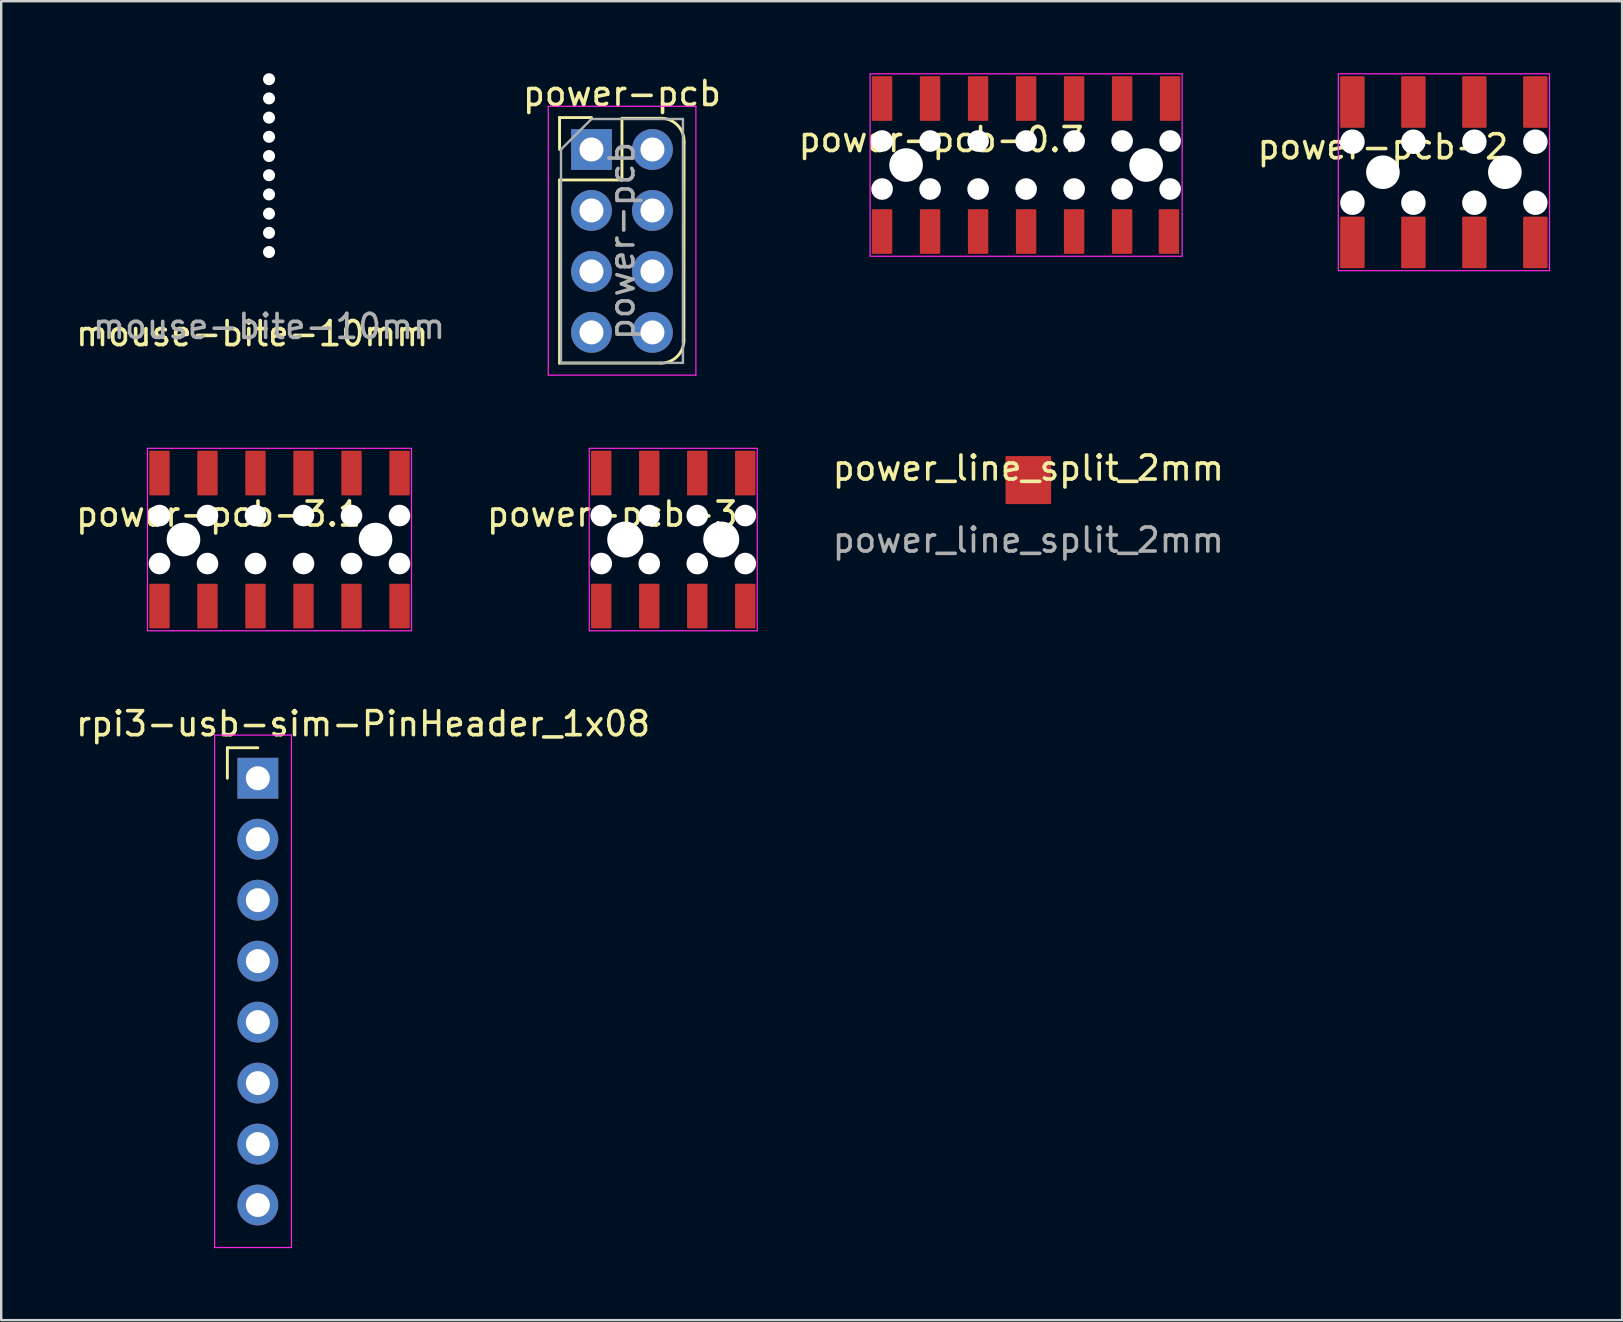
<source format=kicad_pcb>
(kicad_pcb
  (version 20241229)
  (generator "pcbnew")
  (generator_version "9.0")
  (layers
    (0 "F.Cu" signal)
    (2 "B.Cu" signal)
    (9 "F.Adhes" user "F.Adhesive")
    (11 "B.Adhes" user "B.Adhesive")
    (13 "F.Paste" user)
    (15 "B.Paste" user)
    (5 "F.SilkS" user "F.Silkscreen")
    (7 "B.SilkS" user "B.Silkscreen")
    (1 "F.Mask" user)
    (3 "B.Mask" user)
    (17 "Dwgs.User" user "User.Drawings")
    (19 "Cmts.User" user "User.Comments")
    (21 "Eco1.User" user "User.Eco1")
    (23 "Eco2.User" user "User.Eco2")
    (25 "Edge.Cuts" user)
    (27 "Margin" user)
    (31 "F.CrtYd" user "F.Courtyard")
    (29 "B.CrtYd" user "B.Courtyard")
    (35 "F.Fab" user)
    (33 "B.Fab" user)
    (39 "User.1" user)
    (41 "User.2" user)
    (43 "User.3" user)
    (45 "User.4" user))
  (footprint "rpi3-usb-sim-PinHeader_1x08"
    (layer "F.Cu")
    (at 7.692 29.372)
    (property "Reference" "rpi3-usb-sim-PinHeader_1x08" (at 4.385 -2.27 0) (layer "F.SilkS") (effects (font (size 1 1) (thickness 0.15))))
    (attr through_hole)
    (fp_line (start -1.27 -1.27) (end 0 -1.27) (stroke (width 0.12) (type solid)) (layer "F.SilkS"))
    (fp_line (start -1.27 0) (end -1.27 -1.27) (stroke (width 0.12) (type solid)) (layer "F.SilkS"))
    (fp_line (start -1.8 -1.8) (end -1.8 19.55) (stroke (width 0.05) (type solid)) (layer "F.CrtYd"))
    (fp_line (start -1.8 19.55) (end 1.4 19.55) (stroke (width 0.05) (type solid)) (layer "F.CrtYd"))
    (fp_line (start 1.4 -1.8) (end -1.8 -1.8) (stroke (width 0.05) (type default)) (layer "F.CrtYd"))
    (fp_line (start 1.4 19.55) (end 1.4 -1.8) (stroke (width 0.05) (type default)) (layer "F.CrtYd"))
    (fp_line (start -0.32 -0.32) (end -0.32 0.32) (stroke (width 0.1) (type solid)) (layer "F.Fab"))
    (fp_line (start -0.32 2.22) (end -0.32 2.86) (stroke (width 0.1) (type solid)) (layer "F.Fab"))
    (fp_line (start -0.32 4.76) (end -0.32 5.4) (stroke (width 0.1) (type solid)) (layer "F.Fab"))
    (fp_line (start -0.32 7.3) (end -0.32 7.94) (stroke (width 0.1) (type solid)) (layer "F.Fab"))
    (fp_line (start -0.32 9.84) (end -0.32 10.48) (stroke (width 0.1) (type solid)) (layer "F.Fab"))
    (fp_line (start -0.32 12.38) (end -0.32 13.02) (stroke (width 0.1) (type solid)) (layer "F.Fab"))
    (fp_line (start -0.32 14.92) (end -0.32 15.56) (stroke (width 0.1) (type solid)) (layer "F.Fab"))
    (fp_line (start -0.32 17.46) (end -0.32 18.1) (stroke (width 0.1) (type solid)) (layer "F.Fab"))
    (pad "1" thru_hole rect (at 0 0) (size 1.7 1.7) (drill 1) (layers "*.Cu" "*.Mask"))
    (pad "2" thru_hole oval (at 0 2.54) (size 1.7 1.7) (drill 1) (layers "*.Cu" "*.Mask"))
    (pad "3" thru_hole oval (at 0 5.08) (size 1.7 1.7) (drill 1) (layers "*.Cu" "*.Mask"))
    (pad "4" thru_hole oval (at 0 7.62) (size 1.7 1.7) (drill 1) (layers "*.Cu" "*.Mask"))
    (pad "5" thru_hole oval (at 0 10.16) (size 1.7 1.7) (drill 1) (layers "*.Cu" "*.Mask"))
    (pad "6" thru_hole oval (at 0 12.7) (size 1.7 1.7) (drill 1) (layers "*.Cu" "*.Mask"))
    (pad "7" thru_hole oval (at 0 15.24) (size 1.7 1.7) (drill 1) (layers "*.Cu" "*.Mask"))
    (pad "8" thru_hole oval (at 0 17.78) (size 1.7 1.7) (drill 1) (layers "*.Cu" "*.Mask")))
  (footprint "power-pcb-2"
    (layer "F.Cu")
    (at 57.103 4.125)
    (property "Reference" "power-pcb-2" (at -2.54 -1.06 0) (layer "F.SilkS") (effects (font (size 1 1) (thickness 0.15))))
    (attr through_hole)
    (fp_rect (start 4.4 4.1) (end -4.4 -4.1) (stroke (width 0.05) (type default)) (fill no) (layer "F.CrtYd"))
    (pad "" np_thru_hole circle (at -3.81 -1.27) (size 1.02 1.02) (drill 1.02) (layers "*.Cu" "*.Mask"))
    (pad "" np_thru_hole circle (at -3.81 1.27) (size 1.02 1.02) (drill 1.02) (layers "*.Cu" "*.Mask"))
    (pad "" np_thru_hole circle (at -2.54 0) (size 1.4 1.4) (drill 1.4) (layers "*.Cu" "*.Mask"))
    (pad "" np_thru_hole circle (at -1.27 -1.27) (size 1.02 1.02) (drill 1.02) (layers "*.Cu" "*.Mask"))
    (pad "" np_thru_hole circle (at -1.27 1.27) (size 1.02 1.02) (drill 1.02) (layers "*.Cu" "*.Mask"))
    (pad "" np_thru_hole circle (at 1.27 -1.27) (size 1.02 1.02) (drill 1.02) (layers "*.Cu" "*.Mask"))
    (pad "" np_thru_hole circle (at 1.27 1.27) (size 1.02 1.02) (drill 1.02) (layers "*.Cu" "*.Mask"))
    (pad "" np_thru_hole circle (at 2.54 0) (size 1.4 1.4) (drill 1.4) (layers "*.Cu" "*.Mask"))
    (pad "" np_thru_hole circle (at 3.81 -1.27) (size 1.02 1.02) (drill 1.02) (layers "*.Cu" "*.Mask"))
    (pad "" np_thru_hole circle (at 3.81 1.27) (size 1.02 1.02) (drill 1.02) (layers "*.Cu" "*.Mask"))
    (pad "1" smd roundrect (at -3.81 2.925) (size 1.02 2.15) (layers "F.Cu" "F.Mask" "F.Paste") (roundrect_rratio 0.05))
    (pad "2" smd roundrect (at -3.81 -2.925) (size 1.02 2.15) (layers "F.Cu" "F.Mask" "F.Paste") (roundrect_rratio 0.05))
    (pad "3" smd roundrect (at -1.27 2.925) (size 1.02 2.15) (layers "F.Cu" "F.Mask" "F.Paste") (roundrect_rratio 0.05))
    (pad "4" smd roundrect (at -1.27 -2.925) (size 1.02 2.15) (layers "F.Cu" "F.Mask" "F.Paste") (roundrect_rratio 0.05))
    (pad "5" smd roundrect (at 1.27 2.925) (size 1.02 2.15) (layers "F.Cu" "F.Mask" "F.Paste") (roundrect_rratio 0.05))
    (pad "6" smd roundrect (at 1.27 -2.925) (size 1.02 2.15) (layers "F.Cu" "F.Mask" "F.Paste") (roundrect_rratio 0.05))
    (pad "7" smd roundrect (at 3.81 2.925) (size 1.02 2.15) (layers "F.Cu" "F.Mask" "F.Paste") (roundrect_rratio 0.05))
    (pad "8" smd roundrect (at 3.81 -2.925) (size 1.02 2.15) (layers "F.Cu" "F.Mask" "F.Paste") (roundrect_rratio 0.05)))
  (footprint "power_line_split_2mm"
    (layer "F.Cu")
    (at 39.791 16.951)
    (property "Reference" "power_line_split_2mm" (at 0 -0.5 0) (unlocked yes) (layer "F.SilkS") (effects (font (size 1 1) (thickness 0.15))))
    (attr exclude_from_pos_files exclude_from_bom allow_missing_courtyard dnp)
    (fp_text user "${REFERENCE}" (at 0 2.5 0) (unlocked yes) (layer "F.Fab") (effects (font (size 1 1) (thickness 0.15))))
    (pad "1" smd rect (at 0.45 0) (size 1 2) (layers "F.Cu"))
    (pad "2" smd rect (at -0.45 0) (size 1 2) (layers "F.Cu")))
  (footprint "power-pcb"
    (layer "F.Cu")
    (at 21.591 3.178)
    (property "Reference" "power-pcb" (at 1.27 -2.33 0) (layer "F.SilkS") (effects (font (size 1 1) (thickness 0.15))))
    (attr through_hole)
    (fp_line (start -1.33 -1.33) (end 0 -1.33) (stroke (width 0.12) (type solid)) (layer "F.SilkS"))
    (fp_line (start -1.33 0) (end -1.33 -1.33) (stroke (width 0.12) (type solid)) (layer "F.SilkS"))
    (fp_line (start -1.33 1.27) (end -1.33 8.9) (stroke (width 0.12) (type solid)) (layer "F.SilkS"))
    (fp_line (start -1.33 1.27) (end 1.27 1.27) (stroke (width 0.12) (type solid)) (layer "F.SilkS"))
    (fp_line (start 1.27 1.27) (end 1.27 -1.3) (stroke (width 0.12) (type solid)) (layer "F.SilkS"))
    (fp_line (start 2.85 -1.3) (end 1.27 -1.3) (stroke (width 0.12) (type solid)) (layer "F.SilkS"))
    (fp_line (start 2.9 8.9) (end -1.33 8.9) (stroke (width 0.12) (type solid)) (layer "F.SilkS"))
    (fp_line (start 3.85 7.95) (end 3.857 -0.289) (stroke (width 0.12) (type solid)) (layer "F.SilkS"))
    (fp_arc (start 2.85 -1.3) (mid 3.578752 -1.018665) (end 3.856637 -0.28859) (stroke (width 0.12) (type solid)) (layer "F.SilkS"))
    (fp_arc (start 3.85 7.95) (mid 3.571751 8.621751) (end 2.9 8.9) (stroke (width 0.12) (type solid)) (layer "F.SilkS"))
    (fp_line (start -1.8 -1.8) (end -1.8 9.4) (stroke (width 0.05) (type solid)) (layer "F.CrtYd"))
    (fp_line (start -1.8 9.4) (end 4.35 9.4) (stroke (width 0.05) (type solid)) (layer "F.CrtYd"))
    (fp_line (start 4.35 -1.8) (end -1.8 -1.8) (stroke (width 0.05) (type solid)) (layer "F.CrtYd"))
    (fp_line (start 4.35 9.4) (end 4.35 -1.8) (stroke (width 0.05) (type solid)) (layer "F.CrtYd"))
    (fp_line (start -1.27 0) (end 0 -1.27) (stroke (width 0.1) (type solid)) (layer "F.Fab"))
    (fp_line (start -1.27 8.89) (end -1.27 0) (stroke (width 0.1) (type solid)) (layer "F.Fab"))
    (fp_line (start 0 -1.27) (end 3.81 -1.27) (stroke (width 0.1) (type solid)) (layer "F.Fab"))
    (fp_line (start 3.81 -1.27) (end 3.81 8.89) (stroke (width 0.1) (type solid)) (layer "F.Fab"))
    (fp_line (start 3.81 8.89) (end -1.27 8.89) (stroke (width 0.1) (type solid)) (layer "F.Fab"))
    (fp_text user "${REFERENCE}" (at 1.27 3.81 90) (layer "F.Fab") (effects (font (size 1 1) (thickness 0.15))))
    (pad "1" thru_hole rect (at 0 0) (size 1.7 1.7) (drill 1) (layers "*.Cu" "*.Mask"))
    (pad "2" thru_hole oval (at 2.54 0) (size 1.7 1.7) (drill 1) (layers "*.Cu" "*.Mask"))
    (pad "3" thru_hole oval (at 0 2.54) (size 1.7 1.7) (drill 1) (layers "*.Cu" "*.Mask"))
    (pad "4" thru_hole oval (at 2.54 2.54) (size 1.7 1.7) (drill 1) (layers "*.Cu" "*.Mask"))
    (pad "5" thru_hole oval (at 0 5.08) (size 1.7 1.7) (drill 1) (layers "*.Cu" "*.Mask"))
    (pad "6" thru_hole oval (at 2.54 5.08) (size 1.7 1.7) (drill 1) (layers "*.Cu" "*.Mask"))
    (pad "7" thru_hole oval (at 0 7.62) (size 1.7 1.7) (drill 1) (layers "*.Cu" "*.Mask"))
    (pad "8" thru_hole oval (at 2.54 7.62) (size 1.7 1.7) (drill 1) (layers "*.Cu" "*.Mask")))
  (footprint "power-pcb-3.1"
    (layer "F.Cu")
    (at 8.594 19.428)
    (property "Reference" "power-pcb-3.1" (at -2.54 -1.06 0) (layer "F.SilkS") (effects (font (size 1 1) (thickness 0.15))))
    (attr smd)
    (fp_rect (start -5.5 -3.8) (end 5.5 3.8) (stroke (width 0.05) (type default)) (fill no) (layer "F.CrtYd"))
    (pad "" np_thru_hole circle (at -5 -1) (size 0.9 0.9) (drill 0.9) (layers "*.Cu" "*.Mask"))
    (pad "" np_thru_hole circle (at -5 1) (size 0.9 0.9) (drill 0.9) (layers "*.Cu" "*.Mask"))
    (pad "" np_thru_hole circle (at -4 0) (size 1.4 1.4) (drill 1.4) (layers "*.Cu" "*.Mask"))
    (pad "" np_thru_hole circle (at -3 -1) (size 0.9 0.9) (drill 0.9) (layers "*.Cu" "*.Mask"))
    (pad "" np_thru_hole circle (at -3 1) (size 0.9 0.9) (drill 0.9) (layers "*.Cu" "*.Mask"))
    (pad "" np_thru_hole circle (at -1 -1) (size 0.9 0.9) (drill 0.9) (layers "*.Cu" "*.Mask"))
    (pad "" np_thru_hole circle (at -1 1) (size 0.9 0.9) (drill 0.9) (layers "*.Cu" "*.Mask"))
    (pad "" np_thru_hole circle (at 1 -1) (size 0.9 0.9) (drill 0.9) (layers "*.Cu" "*.Mask"))
    (pad "" np_thru_hole circle (at 1 1) (size 0.9 0.9) (drill 0.9) (layers "*.Cu" "*.Mask"))
    (pad "" np_thru_hole circle (at 3 -1) (size 0.9 0.9) (drill 0.9) (layers "*.Cu" "*.Mask"))
    (pad "" np_thru_hole circle (at 3 1) (size 0.9 0.9) (drill 0.9) (layers "*.Cu" "*.Mask"))
    (pad "" np_thru_hole circle (at 4 0) (size 1.4 1.4) (drill 1.4) (layers "*.Cu" "*.Mask"))
    (pad "" np_thru_hole circle (at 5 -1) (size 0.9 0.9) (drill 0.9) (layers "*.Cu" "*.Mask"))
    (pad "" np_thru_hole circle (at 5 1) (size 0.9 0.9) (drill 0.9) (layers "*.Cu" "*.Mask"))
    (pad "1" smd roundrect (at -5 2.77) (size 0.85 1.86) (layers "F.Cu" "F.Mask" "F.Paste") (roundrect_rratio 0.05))
    (pad "2" smd roundrect (at -5 -2.77) (size 0.85 1.86) (layers "F.Cu" "F.Mask" "F.Paste") (roundrect_rratio 0.05))
    (pad "3" smd roundrect (at -3 2.77) (size 0.85 1.86) (layers "F.Cu" "F.Mask" "F.Paste") (roundrect_rratio 0.05))
    (pad "4" smd roundrect (at -3 -2.77) (size 0.85 1.86) (layers "F.Cu" "F.Mask" "F.Paste") (roundrect_rratio 0.05))
    (pad "5" smd roundrect (at -1 2.77) (size 0.85 1.86) (layers "F.Cu" "F.Mask" "F.Paste") (roundrect_rratio 0.05))
    (pad "6" smd roundrect (at -1 -2.77) (size 0.85 1.86) (layers "F.Cu" "F.Mask" "F.Paste") (roundrect_rratio 0.05))
    (pad "7" smd roundrect (at 1 2.77) (size 0.85 1.86) (layers "F.Cu" "F.Mask" "F.Paste") (roundrect_rratio 0.05))
    (pad "8" smd roundrect (at 1 -2.77) (size 0.85 1.86) (layers "F.Cu" "F.Mask" "F.Paste") (roundrect_rratio 0.05))
    (pad "9" smd roundrect (at 3 2.77) (size 0.85 1.86) (layers "F.Cu" "F.Mask" "F.Paste") (roundrect_rratio 0.05))
    (pad "10" smd roundrect (at 3 -2.77) (size 0.85 1.86) (layers "F.Cu" "F.Mask" "F.Paste") (roundrect_rratio 0.05))
    (pad "11" smd roundrect (at 5 2.77) (size 0.85 1.86) (layers "F.Cu" "F.Mask" "F.Paste") (roundrect_rratio 0.05))
    (pad "12" smd roundrect (at 5 -2.77) (size 0.85 1.86) (layers "F.Cu" "F.Mask" "F.Paste") (roundrect_rratio 0.05)))
  (footprint "power-pcb-3"
    (layer "F.Cu")
    (at 24.998 19.428)
    (property "Reference" "power-pcb-3" (at -2.54 -1.06 0) (layer "F.SilkS") (effects (font (size 1 1) (thickness 0.15))))
    (attr smd)
    (fp_rect (start -3.5 -3.8) (end 3.5 3.8) (stroke (width 0.05) (type default)) (fill no) (layer "F.CrtYd"))
    (pad "" np_thru_hole circle (at -3 -1) (size 0.9 0.9) (drill 0.9) (layers "*.Cu" "*.Mask"))
    (pad "" np_thru_hole circle (at -3 1) (size 0.9 0.9) (drill 0.9) (layers "*.Cu" "*.Mask"))
    (pad "" np_thru_hole circle (at -2 0) (size 1.5 1.5) (drill 1.5) (layers "*.Cu" "*.Mask"))
    (pad "" np_thru_hole circle (at -1 -1) (size 0.9 0.9) (drill 0.9) (layers "*.Cu" "*.Mask"))
    (pad "" np_thru_hole circle (at -1 1) (size 0.9 0.9) (drill 0.9) (layers "*.Cu" "*.Mask"))
    (pad "" np_thru_hole circle (at 1 -1) (size 0.9 0.9) (drill 0.9) (layers "*.Cu" "*.Mask"))
    (pad "" np_thru_hole circle (at 1 1) (size 0.9 0.9) (drill 0.9) (layers "*.Cu" "*.Mask"))
    (pad "" np_thru_hole circle (at 2 0) (size 1.5 1.5) (drill 1.5) (layers "*.Cu" "*.Mask"))
    (pad "" np_thru_hole circle (at 3 -1) (size 0.9 0.9) (drill 0.9) (layers "*.Cu" "*.Mask"))
    (pad "" np_thru_hole circle (at 3 1) (size 0.9 0.9) (drill 0.9) (layers "*.Cu" "*.Mask"))
    (pad "1" smd roundrect (at -3 2.77) (size 0.85 1.86) (layers "F.Cu" "F.Mask" "F.Paste") (roundrect_rratio 0.05))
    (pad "2" smd roundrect (at -3 -2.77) (size 0.85 1.86) (layers "F.Cu" "F.Mask" "F.Paste") (roundrect_rratio 0.05))
    (pad "3" smd roundrect (at -1 2.77) (size 0.85 1.86) (layers "F.Cu" "F.Mask" "F.Paste") (roundrect_rratio 0.05))
    (pad "4" smd roundrect (at -1 -2.77) (size 0.85 1.86) (layers "F.Cu" "F.Mask" "F.Paste") (roundrect_rratio 0.05))
    (pad "5" smd roundrect (at 1 2.77) (size 0.85 1.86) (layers "F.Cu" "F.Mask" "F.Paste") (roundrect_rratio 0.05))
    (pad "6" smd roundrect (at 1 -2.77) (size 0.85 1.86) (layers "F.Cu" "F.Mask" "F.Paste") (roundrect_rratio 0.05))
    (pad "7" smd roundrect (at 3 2.77) (size 0.85 1.86) (layers "F.Cu" "F.Mask" "F.Paste") (roundrect_rratio 0.05))
    (pad "8" smd roundrect (at 3 -2.77) (size 0.85 1.86) (layers "F.Cu" "F.Mask" "F.Paste") (roundrect_rratio 0.05)))
  (footprint "power-pcb-0.7"
    (layer "F.Cu")
    (at 39.698 3.825)
    (property "Reference" "power-pcb-0.7" (at -3.54 -1.06 0) (layer "F.SilkS") (effects (font (size 1 1) (thickness 0.15))))
    (attr smd)
    (fp_rect (start -6.5 -3.8) (end 6.5 3.8) (stroke (width 0.05) (type default)) (fill no) (layer "F.CrtYd"))
    (pad "" np_thru_hole circle (at -6 -1) (size 0.9 0.9) (drill 0.9) (layers "*.Cu" "*.Mask"))
    (pad "" np_thru_hole circle (at -6 1) (size 0.9 0.9) (drill 0.9) (layers "*.Cu" "*.Mask"))
    (pad "" np_thru_hole circle (at -5 0) (size 1.4 1.4) (drill 1.4) (layers "*.Cu" "*.Mask"))
    (pad "" np_thru_hole circle (at -4 -1) (size 0.9 0.9) (drill 0.9) (layers "*.Cu" "*.Mask"))
    (pad "" np_thru_hole circle (at -4 1) (size 0.9 0.9) (drill 0.9) (layers "*.Cu" "*.Mask"))
    (pad "" np_thru_hole circle (at -2 -1) (size 0.9 0.9) (drill 0.9) (layers "*.Cu" "*.Mask"))
    (pad "" np_thru_hole circle (at -2 1) (size 0.9 0.9) (drill 0.9) (layers "*.Cu" "*.Mask"))
    (pad "" np_thru_hole circle (at 0 -1) (size 0.9 0.9) (drill 0.9) (layers "*.Cu" "*.Mask"))
    (pad "" np_thru_hole circle (at 0 1) (size 0.9 0.9) (drill 0.9) (layers "*.Cu" "*.Mask"))
    (pad "" np_thru_hole circle (at 2 -1) (size 0.9 0.9) (drill 0.9) (layers "*.Cu" "*.Mask"))
    (pad "" np_thru_hole circle (at 2 1) (size 0.9 0.9) (drill 0.9) (layers "*.Cu" "*.Mask"))
    (pad "" np_thru_hole circle (at 4 -1) (size 0.9 0.9) (drill 0.9) (layers "*.Cu" "*.Mask"))
    (pad "" np_thru_hole circle (at 4 1) (size 0.9 0.9) (drill 0.9) (layers "*.Cu" "*.Mask"))
    (pad "" np_thru_hole circle (at 5 0) (size 1.4 1.4) (drill 1.4) (layers "*.Cu" "*.Mask"))
    (pad "" np_thru_hole circle (at 6 -1) (size 0.9 0.9) (drill 0.9) (layers "*.Cu" "*.Mask"))
    (pad "" np_thru_hole circle (at 6 1) (size 0.9 0.9) (drill 0.9) (layers "*.Cu" "*.Mask"))
    (pad "1" smd roundrect (at -6 2.77) (size 0.85 1.86) (layers "F.Cu" "F.Mask" "F.Paste") (roundrect_rratio 0.05))
    (pad "2" smd roundrect (at -6 -2.77) (size 0.85 1.86) (layers "F.Cu" "F.Mask" "F.Paste") (roundrect_rratio 0.05))
    (pad "3" smd roundrect (at -4 2.77) (size 0.85 1.86) (layers "F.Cu" "F.Mask" "F.Paste") (roundrect_rratio 0.05))
    (pad "4" smd roundrect (at -4 -2.77) (size 0.85 1.86) (layers "F.Cu" "F.Mask" "F.Paste") (roundrect_rratio 0.05))
    (pad "5" smd roundrect (at -2 2.77) (size 0.85 1.86) (layers "F.Cu" "F.Mask" "F.Paste") (roundrect_rratio 0.05))
    (pad "6" smd roundrect (at -2 -2.77) (size 0.85 1.86) (layers "F.Cu" "F.Mask" "F.Paste") (roundrect_rratio 0.05))
    (pad "7" smd roundrect (at 0 2.77) (size 0.85 1.86) (layers "F.Cu" "F.Mask" "F.Paste") (roundrect_rratio 0.05))
    (pad "8" smd roundrect (at 0 -2.77) (size 0.85 1.86) (layers "F.Cu" "F.Mask" "F.Paste") (roundrect_rratio 0.05))
    (pad "9" smd roundrect (at 2 2.77) (size 0.85 1.86) (layers "F.Cu" "F.Mask" "F.Paste") (roundrect_rratio 0.05))
    (pad "10" smd roundrect (at 2 -2.77) (size 0.85 1.86) (layers "F.Cu" "F.Mask" "F.Paste") (roundrect_rratio 0.05))
    (pad "11" smd roundrect (at 4 2.77) (size 0.85 1.86) (layers "F.Cu" "F.Mask" "F.Paste") (roundrect_rratio 0.05))
    (pad "12" smd roundrect (at 4 -2.77) (size 0.85 1.86) (layers "F.Cu" "F.Mask" "F.Paste") (roundrect_rratio 0.05))
    (pad "13" smd roundrect (at 5.95 2.77) (size 0.85 1.86) (layers "F.Cu" "F.Mask" "F.Paste") (roundrect_rratio 0.05))
    (pad "14" smd roundrect (at 6 -2.77) (size 0.85 1.86) (layers "F.Cu" "F.Mask" "F.Paste") (roundrect_rratio 0.05)))
  (footprint "mouse-bite-10mm"
    (layer "F.Cu")
    (at 8.158 8.05)
    (property "Reference" "mouse-bite-10mm" (at -0.7 2.8 0) (unlocked yes) (layer "F.SilkS") (effects (font (size 1 1) (thickness 0.15))))
    (attr smd)
    (fp_text user "${REFERENCE}" (at 0 2.5 0) (unlocked yes) (layer "F.Fab") (effects (font (size 1 1) (thickness 0.15))))
    (pad "" np_thru_hole circle (at 0 -7.8 180) (size 0.5 0.5) (drill 0.5) (layers "*.Cu" "*.Mask"))
    (pad "" np_thru_hole circle (at 0 -7 180) (size 0.5 0.5) (drill 0.5) (layers "*.Cu" "*.Mask"))
    (pad "" np_thru_hole circle (at 0 -6.2 180) (size 0.5 0.5) (drill 0.5) (layers "*.Cu" "*.Mask"))
    (pad "" np_thru_hole circle (at 0 -5.4 180) (size 0.5 0.5) (drill 0.5) (layers "*.Cu" "*.Mask"))
    (pad "" np_thru_hole circle (at 0 -4.6 180) (size 0.5 0.5) (drill 0.5) (layers "*.Cu" "*.Mask"))
    (pad "" np_thru_hole circle (at 0 -3.8 180) (size 0.5 0.5) (drill 0.5) (layers "*.Cu" "*.Mask"))
    (pad "" np_thru_hole circle (at 0 -3 180) (size 0.5 0.5) (drill 0.5) (layers "*.Cu" "*.Mask"))
    (pad "" np_thru_hole circle (at 0 -2.2 180) (size 0.5 0.5) (drill 0.5) (layers "*.Cu" "*.Mask"))
    (pad "" np_thru_hole circle (at 0 -1.4 180) (size 0.5 0.5) (drill 0.5) (layers "*.Cu" "*.Mask"))
    (pad "" np_thru_hole circle (at 0 -0.6 180) (size 0.5 0.5) (drill 0.5) (layers "*.Cu" "*.Mask")))
  (gr_rect
    (start -3 -3)
    (end 64.528 51.947)
    (stroke (width 0.1) (type default))
    (fill no)
    (layer "Edge.Cuts")))
</source>
